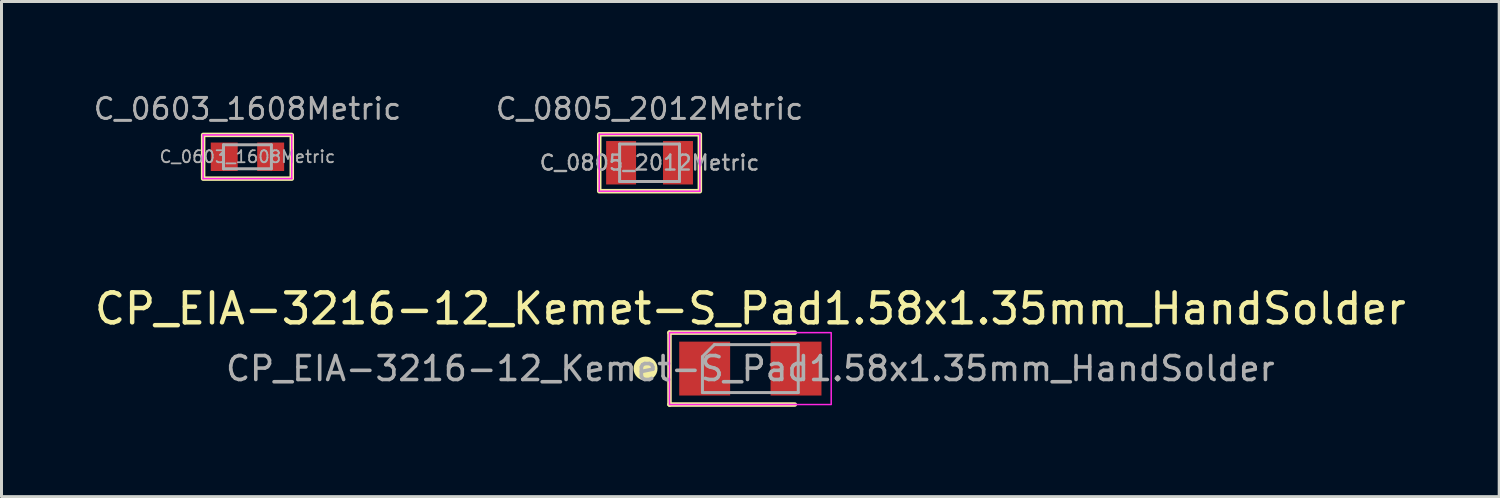
<source format=kicad_pcb>
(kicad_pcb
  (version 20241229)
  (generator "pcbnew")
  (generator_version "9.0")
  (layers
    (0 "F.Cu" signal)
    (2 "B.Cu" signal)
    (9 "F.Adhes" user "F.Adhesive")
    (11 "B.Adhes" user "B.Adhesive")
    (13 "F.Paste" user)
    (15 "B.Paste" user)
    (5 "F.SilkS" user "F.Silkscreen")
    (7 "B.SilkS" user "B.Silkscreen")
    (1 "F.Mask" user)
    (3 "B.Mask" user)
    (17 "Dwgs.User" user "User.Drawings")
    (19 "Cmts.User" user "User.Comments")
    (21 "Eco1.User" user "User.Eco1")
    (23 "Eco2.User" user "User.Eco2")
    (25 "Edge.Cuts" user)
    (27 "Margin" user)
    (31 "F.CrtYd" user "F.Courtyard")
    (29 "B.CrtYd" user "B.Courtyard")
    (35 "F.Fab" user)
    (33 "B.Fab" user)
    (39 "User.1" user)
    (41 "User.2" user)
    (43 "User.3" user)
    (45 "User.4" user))
  (footprint "C_0603_1608Metric"
    (layer "F.Cu")
    (at 5.213 2.185)
    (property "Reference" "C_0603_1608Metric" (at 0 -1.6 0) (layer "F.Fab") (effects (font (size 0.7 0.7) (thickness 0.1))))
    (attr smd)
    (fp_rect (start -1.48 -0.73) (end 1.48 0.73) (stroke (width 0.15) (type solid)) (fill no) (layer "F.SilkS"))
    (fp_line (start -1.48 -0.73) (end 1.48 -0.73) (stroke (width 0.05) (type solid)) (layer "F.CrtYd"))
    (fp_line (start -1.48 0.73) (end -1.48 -0.73) (stroke (width 0.05) (type solid)) (layer "F.CrtYd"))
    (fp_line (start 1.48 -0.73) (end 1.48 0.73) (stroke (width 0.05) (type solid)) (layer "F.CrtYd"))
    (fp_line (start 1.48 0.73) (end -1.48 0.73) (stroke (width 0.05) (type solid)) (layer "F.CrtYd"))
    (fp_line (start -0.8 -0.4) (end 0.8 -0.4) (stroke (width 0.1) (type solid)) (layer "F.Fab"))
    (fp_line (start -0.8 0.4) (end -0.8 -0.4) (stroke (width 0.1) (type solid)) (layer "F.Fab"))
    (fp_line (start 0.8 -0.4) (end 0.8 0.4) (stroke (width 0.1) (type solid)) (layer "F.Fab"))
    (fp_line (start 0.8 0.4) (end -0.8 0.4) (stroke (width 0.1) (type solid)) (layer "F.Fab"))
    (fp_text user "${REFERENCE}" (at 0 0 0) (layer "F.Fab") (effects (font (size 0.4 0.4) (thickness 0.06))))
    (pad "1" smd rect (at -0.775 0) (size 0.9 0.95) (layers "F.Cu" "F.Mask" "F.Paste"))
    (pad "2" smd rect (at 0.775 0) (size 0.9 0.95) (layers "F.Cu" "F.Mask" "F.Paste")))
  (footprint "CP_EIA-3216-12_Kemet-S_Pad1.58x1.35mm_HandSolder"
    (layer "F.Cu")
    (at 22.006 9.258)
    (property "Reference" "CP_EIA-3216-12_Kemet-S_Pad1.58x1.35mm_HandSolder" (at 0 -2 0) (layer "F.SilkS") (effects (font (size 1 1) (thickness 0.15))))
    (attr smd)
    (fp_line (start -2.7 -1.2) (end -2.7 1.2) (stroke (width 0.15) (type solid)) (layer "F.SilkS"))
    (fp_line (start -2.7 1.2) (end 1.485 1.2) (stroke (width 0.15) (type solid)) (layer "F.SilkS"))
    (fp_line (start 1.485 -1.2) (end -2.7 -1.2) (stroke (width 0.15) (type solid)) (layer "F.SilkS"))
    (fp_circle (center -3.5 0) (end -3.2 0) (stroke (width 0.2) (type solid)) (fill yes) (layer "F.SilkS"))
    (fp_rect (start -2.7 -1.2) (end 2.7 1.2) (stroke (width 0.05) (type solid)) (fill no) (layer "F.CrtYd"))
    (fp_line (start -1.6 -0.4) (end -1.6 0.8) (stroke (width 0.1) (type solid)) (layer "F.Fab"))
    (fp_line (start -1.6 0.8) (end 1.6 0.8) (stroke (width 0.1) (type solid)) (layer "F.Fab"))
    (fp_line (start -1.2 -0.8) (end -1.6 -0.4) (stroke (width 0.1) (type solid)) (layer "F.Fab"))
    (fp_line (start 1.6 -0.8) (end -1.2 -0.8) (stroke (width 0.1) (type solid)) (layer "F.Fab"))
    (fp_line (start 1.6 0.8) (end 1.6 -0.8) (stroke (width 0.1) (type solid)) (layer "F.Fab"))
    (fp_text user "${REFERENCE}" (at 0 0 0) (layer "F.Fab") (effects (font (size 0.8 0.8) (thickness 0.12))))
    (pad "1" smd rect (at -1.525 0) (size 1.7 1.8) (layers "F.Cu" "F.Mask" "F.Paste"))
    (pad "2" smd rect (at 1.525 0) (size 1.7 1.8) (layers "F.Cu" "F.Mask" "F.Paste")))
  (footprint "C_0805_2012Metric"
    (layer "F.Cu")
    (at 18.64 2.385)
    (property "Reference" "C_0805_2012Metric" (at 0 -1.8 0) (layer "F.Fab") (effects (font (size 0.7 0.7) (thickness 0.1))))
    (attr smd)
    (fp_rect (start -1.68 -0.95) (end 1.68 0.95) (stroke (width 0.15) (type solid)) (fill no) (layer "F.SilkS"))
    (fp_line (start -1.68 -0.95) (end 1.68 -0.95) (stroke (width 0.05) (type solid)) (layer "F.CrtYd"))
    (fp_line (start -1.68 0.95) (end -1.68 -0.95) (stroke (width 0.05) (type solid)) (layer "F.CrtYd"))
    (fp_line (start 1.68 -0.95) (end 1.68 0.95) (stroke (width 0.05) (type solid)) (layer "F.CrtYd"))
    (fp_line (start 1.68 0.95) (end -1.68 0.95) (stroke (width 0.05) (type solid)) (layer "F.CrtYd"))
    (fp_line (start -1 -0.625) (end 1 -0.625) (stroke (width 0.1) (type solid)) (layer "F.Fab"))
    (fp_line (start -1 0.625) (end -1 -0.625) (stroke (width 0.1) (type solid)) (layer "F.Fab"))
    (fp_line (start 1 -0.625) (end 1 0.625) (stroke (width 0.1) (type solid)) (layer "F.Fab"))
    (fp_line (start 1 0.625) (end -1 0.625) (stroke (width 0.1) (type solid)) (layer "F.Fab"))
    (fp_text user "${REFERENCE}" (at 0 0 0) (layer "F.Fab") (effects (font (size 0.5 0.5) (thickness 0.08))))
    (pad "1" smd rect (at -0.95 0) (size 1 1.45) (layers "F.Cu" "F.Mask" "F.Paste"))
    (pad "2" smd rect (at 0.95 0) (size 1 1.45) (layers "F.Cu" "F.Mask" "F.Paste")))
  (gr_rect
    (start -3 -3)
    (end 47.012 13.533)
    (stroke (width 0.1) (type default))
    (fill no)
    (layer "Edge.Cuts")))
</source>
